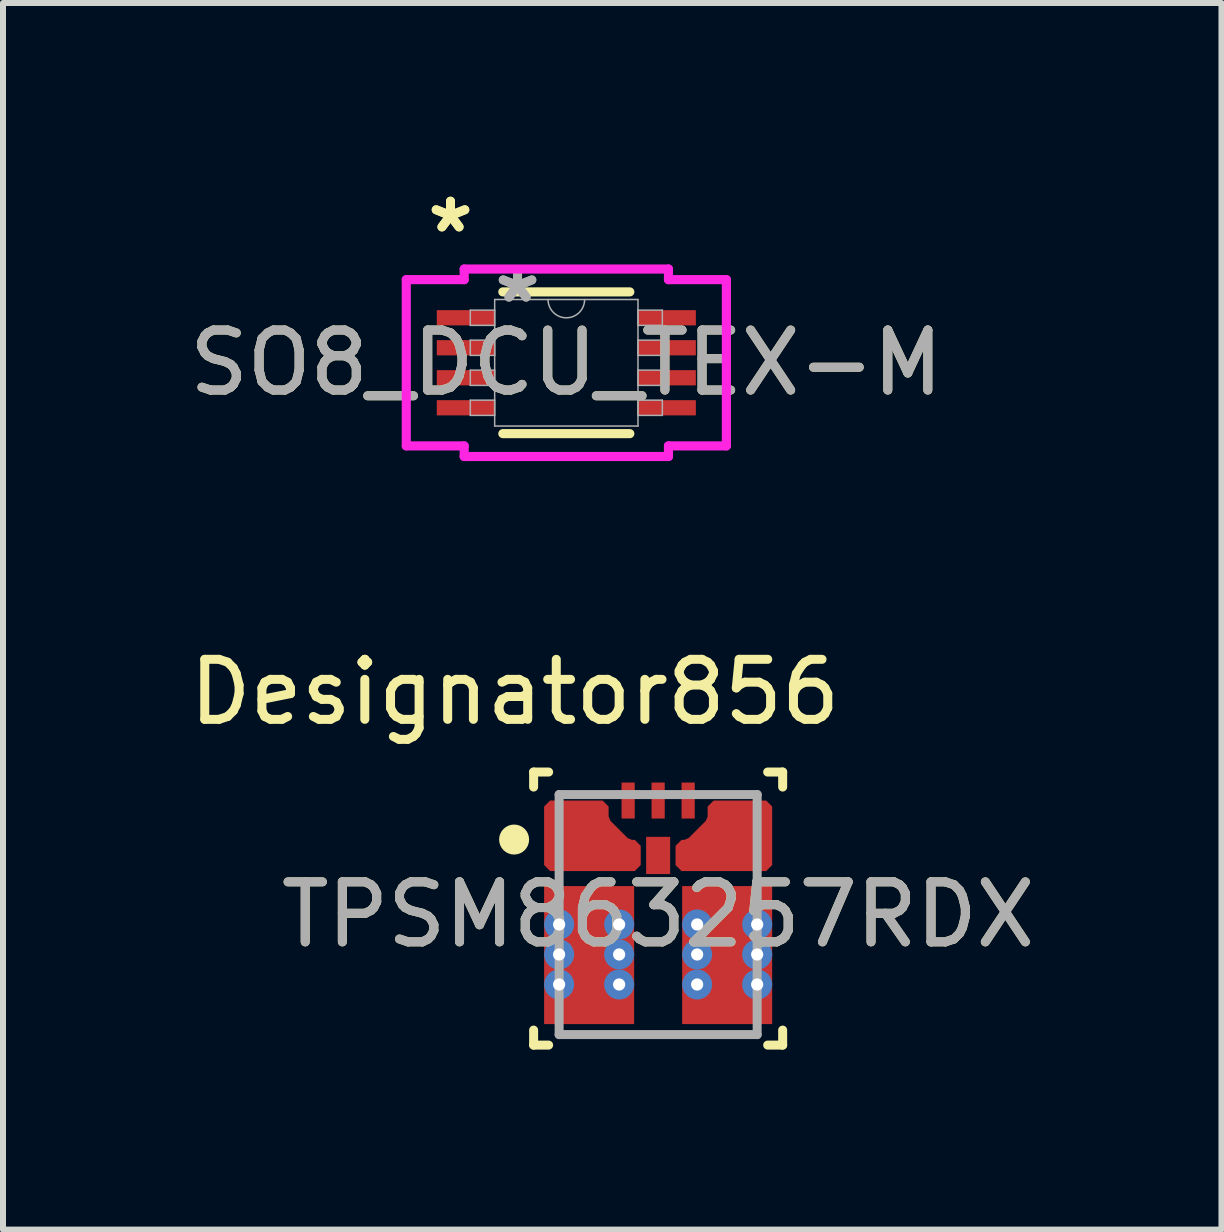
<source format=kicad_pcb>
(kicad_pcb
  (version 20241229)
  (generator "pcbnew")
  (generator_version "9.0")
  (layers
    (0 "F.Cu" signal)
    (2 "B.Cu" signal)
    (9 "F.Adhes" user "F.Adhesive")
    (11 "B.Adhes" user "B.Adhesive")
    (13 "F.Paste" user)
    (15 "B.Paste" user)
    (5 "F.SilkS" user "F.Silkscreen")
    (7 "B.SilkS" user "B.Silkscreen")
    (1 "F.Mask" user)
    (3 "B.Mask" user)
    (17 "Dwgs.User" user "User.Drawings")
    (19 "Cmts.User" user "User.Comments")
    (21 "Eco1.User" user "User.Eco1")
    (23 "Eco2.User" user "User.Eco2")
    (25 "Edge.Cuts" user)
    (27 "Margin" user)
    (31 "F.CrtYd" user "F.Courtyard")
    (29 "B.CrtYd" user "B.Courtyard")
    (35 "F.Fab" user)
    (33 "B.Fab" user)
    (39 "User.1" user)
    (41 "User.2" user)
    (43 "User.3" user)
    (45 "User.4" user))
  (footprint "SO8_DCU_TEX-M"
    (layer "F.Cu")
    (at 6.387 2.995)
    (property "Reference" "SO8_DCU_TEX-M" (at 0 0 0) (unlocked yes) (layer "F.SilkS") (effects (font (size 1 1) (thickness 0.15))))
    (attr smd)
    (fp_line (start -1.058 1.181) (end 1.058 1.181) (stroke (width 0.152) (type solid)) (layer "F.SilkS"))
    (fp_line (start 1.058 -1.181) (end -1.058 -1.181) (stroke (width 0.152) (type solid)) (layer "F.SilkS"))
    (fp_line (start -2.667 -1.385) (end -1.702 -1.385) (stroke (width 0.152) (type solid)) (layer "F.CrtYd"))
    (fp_line (start -2.667 1.385) (end -2.667 -1.385) (stroke (width 0.152) (type solid)) (layer "F.CrtYd"))
    (fp_line (start -2.667 1.385) (end -1.702 1.385) (stroke (width 0.152) (type solid)) (layer "F.CrtYd"))
    (fp_line (start -1.702 -1.562) (end 1.702 -1.562) (stroke (width 0.152) (type solid)) (layer "F.CrtYd"))
    (fp_line (start -1.702 -1.385) (end -1.702 -1.562) (stroke (width 0.152) (type solid)) (layer "F.CrtYd"))
    (fp_line (start -1.702 1.562) (end -1.702 1.385) (stroke (width 0.152) (type solid)) (layer "F.CrtYd"))
    (fp_line (start 1.702 -1.562) (end 1.702 -1.385) (stroke (width 0.152) (type solid)) (layer "F.CrtYd"))
    (fp_line (start 1.702 1.385) (end 1.702 1.562) (stroke (width 0.152) (type solid)) (layer "F.CrtYd"))
    (fp_line (start 1.702 1.562) (end -1.702 1.562) (stroke (width 0.152) (type solid)) (layer "F.CrtYd"))
    (fp_line (start 2.667 -1.385) (end 1.702 -1.385) (stroke (width 0.152) (type solid)) (layer "F.CrtYd"))
    (fp_line (start 2.667 -1.385) (end 2.667 1.385) (stroke (width 0.152) (type solid)) (layer "F.CrtYd"))
    (fp_line (start 2.667 1.385) (end 1.702 1.385) (stroke (width 0.152) (type solid)) (layer "F.CrtYd"))
    (fp_line (start -1.6 -0.877) (end -1.6 -0.623) (stroke (width 0.025) (type solid)) (layer "F.Fab"))
    (fp_line (start -1.6 -0.623) (end -1.194 -0.623) (stroke (width 0.025) (type solid)) (layer "F.Fab"))
    (fp_line (start -1.6 -0.377) (end -1.6 -0.123) (stroke (width 0.025) (type solid)) (layer "F.Fab"))
    (fp_line (start -1.6 -0.123) (end -1.194 -0.123) (stroke (width 0.025) (type solid)) (layer "F.Fab"))
    (fp_line (start -1.6 0.123) (end -1.6 0.377) (stroke (width 0.025) (type solid)) (layer "F.Fab"))
    (fp_line (start -1.6 0.377) (end -1.194 0.377) (stroke (width 0.025) (type solid)) (layer "F.Fab"))
    (fp_line (start -1.6 0.623) (end -1.6 0.877) (stroke (width 0.025) (type solid)) (layer "F.Fab"))
    (fp_line (start -1.6 0.877) (end -1.194 0.877) (stroke (width 0.025) (type solid)) (layer "F.Fab"))
    (fp_line (start -1.194 -1.054) (end -1.194 1.054) (stroke (width 0.025) (type solid)) (layer "F.Fab"))
    (fp_line (start -1.194 -0.877) (end -1.6 -0.877) (stroke (width 0.025) (type solid)) (layer "F.Fab"))
    (fp_line (start -1.194 -0.623) (end -1.194 -0.877) (stroke (width 0.025) (type solid)) (layer "F.Fab"))
    (fp_line (start -1.194 -0.377) (end -1.6 -0.377) (stroke (width 0.025) (type solid)) (layer "F.Fab"))
    (fp_line (start -1.194 -0.123) (end -1.194 -0.377) (stroke (width 0.025) (type solid)) (layer "F.Fab"))
    (fp_line (start -1.194 0.123) (end -1.6 0.123) (stroke (width 0.025) (type solid)) (layer "F.Fab"))
    (fp_line (start -1.194 0.377) (end -1.194 0.123) (stroke (width 0.025) (type solid)) (layer "F.Fab"))
    (fp_line (start -1.194 0.623) (end -1.6 0.623) (stroke (width 0.025) (type solid)) (layer "F.Fab"))
    (fp_line (start -1.194 0.877) (end -1.194 0.623) (stroke (width 0.025) (type solid)) (layer "F.Fab"))
    (fp_line (start -1.194 1.054) (end 1.194 1.054) (stroke (width 0.025) (type solid)) (layer "F.Fab"))
    (fp_line (start 1.194 -1.054) (end -1.194 -1.054) (stroke (width 0.025) (type solid)) (layer "F.Fab"))
    (fp_line (start 1.194 -0.877) (end 1.194 -0.623) (stroke (width 0.025) (type solid)) (layer "F.Fab"))
    (fp_line (start 1.194 -0.623) (end 1.6 -0.623) (stroke (width 0.025) (type solid)) (layer "F.Fab"))
    (fp_line (start 1.194 -0.377) (end 1.194 -0.123) (stroke (width 0.025) (type solid)) (layer "F.Fab"))
    (fp_line (start 1.194 -0.123) (end 1.6 -0.123) (stroke (width 0.025) (type solid)) (layer "F.Fab"))
    (fp_line (start 1.194 0.123) (end 1.194 0.377) (stroke (width 0.025) (type solid)) (layer "F.Fab"))
    (fp_line (start 1.194 0.377) (end 1.6 0.377) (stroke (width 0.025) (type solid)) (layer "F.Fab"))
    (fp_line (start 1.194 0.623) (end 1.194 0.877) (stroke (width 0.025) (type solid)) (layer "F.Fab"))
    (fp_line (start 1.194 0.877) (end 1.6 0.877) (stroke (width 0.025) (type solid)) (layer "F.Fab"))
    (fp_line (start 1.194 1.054) (end 1.194 -1.054) (stroke (width 0.025) (type solid)) (layer "F.Fab"))
    (fp_line (start 1.6 -0.877) (end 1.194 -0.877) (stroke (width 0.025) (type solid)) (layer "F.Fab"))
    (fp_line (start 1.6 -0.623) (end 1.6 -0.877) (stroke (width 0.025) (type solid)) (layer "F.Fab"))
    (fp_line (start 1.6 -0.377) (end 1.194 -0.377) (stroke (width 0.025) (type solid)) (layer "F.Fab"))
    (fp_line (start 1.6 -0.123) (end 1.6 -0.377) (stroke (width 0.025) (type solid)) (layer "F.Fab"))
    (fp_line (start 1.6 0.123) (end 1.194 0.123) (stroke (width 0.025) (type solid)) (layer "F.Fab"))
    (fp_line (start 1.6 0.377) (end 1.6 0.123) (stroke (width 0.025) (type solid)) (layer "F.Fab"))
    (fp_line (start 1.6 0.623) (end 1.194 0.623) (stroke (width 0.025) (type solid)) (layer "F.Fab"))
    (fp_line (start 1.6 0.877) (end 1.6 0.623) (stroke (width 0.025) (type solid)) (layer "F.Fab"))
    (fp_arc (start 0.3048 -1.0541) (mid 0 -0.7493) (end -0.3048 -1.0541) (stroke (width 0.0254) (type solid)) (layer "F.Fab"))
    (fp_text user "*" (at -1.93 -2.147 0) (unlocked yes) (layer "F.SilkS") (effects (font (size 1 1) (thickness 0.15))))
    (fp_text user "*" (at -1.93 -2.147 0) (layer "F.SilkS") (effects (font (size 1 1) (thickness 0.15))))
    (fp_text user "${REFERENCE}" (at 0 0 0) (unlocked yes) (layer "F.Fab") (effects (font (size 1 1) (thickness 0.15))))
    (fp_text user "*" (at -0.813 -0.978 0) (layer "F.Fab") (effects (font (size 1 1) (thickness 0.15))))
    (fp_text user "*" (at -0.813 -0.978 0) (unlocked yes) (layer "F.Fab") (effects (font (size 1 1) (thickness 0.15))))
    (pad "1" smd rect (at -1.676 -0.75) (size 0.965 0.254) (layers "F.Cu" "F.Mask" "F.Paste"))
    (pad "2" smd rect (at -1.676 -0.25) (size 0.965 0.254) (layers "F.Cu" "F.Mask" "F.Paste"))
    (pad "3" smd rect (at -1.676 0.25) (size 0.965 0.254) (layers "F.Cu" "F.Mask" "F.Paste"))
    (pad "4" smd rect (at -1.676 0.75) (size 0.965 0.254) (layers "F.Cu" "F.Mask" "F.Paste"))
    (pad "5" smd rect (at 1.676 0.75) (size 0.965 0.254) (layers "F.Cu" "F.Mask" "F.Paste"))
    (pad "6" smd rect (at 1.676 0.25) (size 0.965 0.254) (layers "F.Cu" "F.Mask" "F.Paste"))
    (pad "7" smd rect (at 1.676 -0.25) (size 0.965 0.254) (layers "F.Cu" "F.Mask" "F.Paste"))
    (pad "8" smd rect (at 1.676 -0.75) (size 0.965 0.254) (layers "F.Cu" "F.Mask" "F.Paste")))
  (footprint "TPSM863257RDX"
    (layer "F.Cu")
    (at 7.917 12.19)
    (property "Reference" "TPSM863257RDX" (at 0 0 0) (unlocked yes) (layer "F.SilkS") (effects (font (size 1 1) (thickness 0.15))))
    (attr through_hole)
    (fp_poly (pts (xy -0.2 -0.675) (xy 0.2 -0.675) (xy 0.2 -1.295) (xy -0.2 -1.295)) (stroke (width 0) (type solid)) (fill yes) (layer "F.Cu"))
    (fp_poly (pts (xy -1.9 -1.8) (xy -1.8 -1.9) (xy -0.925 -1.9) (xy -0.825 -1.8) (xy -0.825 -1.634) (xy -0.796 -1.563) (xy -0.507 -1.274) (xy -0.436 -1.245) (xy -0.39 -1.245) (xy -0.29 -1.145) (xy -0.29 -0.825) (xy -0.39 -0.725) (xy -1.8 -0.725) (xy -1.9 -0.825)) (stroke (width 0) (type solid)) (fill yes) (layer "F.Cu"))
    (fp_poly (pts (xy 1.9 -1.8) (xy 1.8 -1.9) (xy 0.925 -1.9) (xy 0.825 -1.8) (xy 0.825 -1.634) (xy 0.796 -1.563) (xy 0.507 -1.274) (xy 0.436 -1.245) (xy 0.39 -1.245) (xy 0.29 -1.145) (xy 0.29 -0.825) (xy 0.39 -0.725) (xy 1.8 -0.725) (xy 1.9 -0.825)) (stroke (width 0) (type solid)) (fill yes) (layer "F.Cu"))
    (fp_poly (pts (xy -0.44 -2.25) (xy -0.34 -2.15) (xy -0.34 -1.65) (xy -0.44 -1.55) (xy -0.56 -1.55) (xy -0.66 -1.65) (xy -0.66 -2.15) (xy -0.56 -2.25)) (stroke (width 0) (type solid)) (fill yes) (layer "F.Mask"))
    (fp_poly (pts (xy -0.16 -2.15) (xy -0.06 -2.25) (xy 0.06 -2.25) (xy 0.16 -2.15) (xy 0.16 -1.65) (xy 0.06 -1.55) (xy -0.06 -1.55) (xy -0.16 -1.65)) (stroke (width 0) (type solid)) (fill yes) (layer "F.Mask"))
    (fp_poly (pts (xy 0.56 -1.55) (xy 0.44 -1.55) (xy 0.34 -1.65) (xy 0.34 -2.15) (xy 0.44 -2.25) (xy 0.56 -2.25) (xy 0.66 -2.15) (xy 0.66 -1.65)) (stroke (width 0) (type solid)) (fill yes) (layer "F.Mask"))
    (fp_poly (pts (xy -0.925 -1.85) (xy -0.875 -1.8) (xy -0.875 -1.593) (xy -0.86 -1.557) (xy -0.513 -1.21) (xy -0.477 -1.195) (xy -0.39 -1.195) (xy -0.34 -1.145) (xy -0.34 -0.825) (xy -0.39 -0.775) (xy -1.4 -0.775) (xy -1.45 -0.825) (xy -1.5 -0.875) (xy -1.8 -0.875) (xy -1.85 -0.925) (xy -1.85 -1.075) (xy -1.8 -1.125) (xy -1.5 -1.125) (xy -1.45 -1.175) (xy -1.45 -1.325) (xy -1.5 -1.375) (xy -1.8 -1.375) (xy -1.85 -1.425) (xy -1.85 -1.575) (xy -1.8 -1.625) (xy -1.5 -1.625) (xy -1.45 -1.675) (xy -1.45 -1.8) (xy -1.4 -1.85)) (stroke (width 0) (type solid)) (fill yes) (layer "F.Mask"))
    (fp_poly (pts (xy 0.925 -1.85) (xy 0.875 -1.8) (xy 0.875 -1.593) (xy 0.86 -1.557) (xy 0.513 -1.21) (xy 0.477 -1.195) (xy 0.39 -1.195) (xy 0.34 -1.145) (xy 0.34 -0.825) (xy 0.39 -0.775) (xy 1.4 -0.775) (xy 1.45 -0.825) (xy 1.5 -0.875) (xy 1.8 -0.875) (xy 1.85 -0.925) (xy 1.85 -1.075) (xy 1.8 -1.125) (xy 1.5 -1.125) (xy 1.45 -1.175) (xy 1.45 -1.325) (xy 1.5 -1.375) (xy 1.8 -1.375) (xy 1.85 -1.425) (xy 1.85 -1.575) (xy 1.8 -1.625) (xy 1.5 -1.625) (xy 1.45 -1.675) (xy 1.45 -1.8) (xy 1.4 -1.85)) (stroke (width 0) (type solid)) (fill yes) (layer "F.Mask"))
    (fp_poly (pts (xy -0.5 -0.425) (xy -0.45 -0.375) (xy -0.45 1.725) (xy -0.5 1.775) (xy -1.4 1.775) (xy -1.45 1.725) (xy -1.45 1.59) (xy -1.5 1.54) (xy -1.8 1.54) (xy -1.85 1.49) (xy -1.85 1.34) (xy -1.8 1.29) (xy -1.5 1.29) (xy -1.45 1.24) (xy -1.45 1.09) (xy -1.5 1.04) (xy -1.8 1.04) (xy -1.85 0.99) (xy -1.85 0.84) (xy -1.8 0.79) (xy -1.5 0.79) (xy -1.45 0.74) (xy -1.45 0.59) (xy -1.5 0.54) (xy -1.8 0.54) (xy -1.85 0.49) (xy -1.85 0.34) (xy -1.8 0.29) (xy -1.5 0.29) (xy -1.45 0.24) (xy -1.45 0.09) (xy -1.5 0.04) (xy -1.8 0.04) (xy -1.85 -0.01) (xy -1.85 -0.16) (xy -1.8 -0.21) (xy -1.5 -0.21) (xy -1.45 -0.26) (xy -1.45 -0.375) (xy -1.4 -0.425)) (stroke (width 0) (type solid)) (fill yes) (layer "F.Mask"))
    (fp_poly (pts (xy 0.5 -0.425) (xy 0.45 -0.375) (xy 0.45 1.725) (xy 0.5 1.775) (xy 1.4 1.775) (xy 1.45 1.725) (xy 1.45 1.59) (xy 1.5 1.54) (xy 1.8 1.54) (xy 1.85 1.49) (xy 1.85 1.34) (xy 1.8 1.29) (xy 1.5 1.29) (xy 1.45 1.24) (xy 1.45 1.09) (xy 1.5 1.04) (xy 1.8 1.04) (xy 1.85 0.99) (xy 1.85 0.84) (xy 1.8 0.79) (xy 1.5 0.79) (xy 1.45 0.74) (xy 1.45 0.59) (xy 1.5 0.54) (xy 1.8 0.54) (xy 1.85 0.49) (xy 1.85 0.34) (xy 1.8 0.29) (xy 1.5 0.29) (xy 1.45 0.24) (xy 1.45 0.09) (xy 1.5 0.04) (xy 1.8 0.04) (xy 1.85 -0.01) (xy 1.85 -0.16) (xy 1.8 -0.21) (xy 1.5 -0.21) (xy 1.45 -0.26) (xy 1.45 -0.375) (xy 1.4 -0.425)) (stroke (width 0) (type solid)) (fill yes) (layer "F.Mask"))
    (fp_line (start -2.075 -2.375) (end -1.825 -2.375) (stroke (width 0.15) (type solid)) (layer "F.SilkS"))
    (fp_line (start -2.075 -2.125) (end -2.075 -2.375) (stroke (width 0.15) (type solid)) (layer "F.SilkS"))
    (fp_line (start -2.075 2.175) (end -2.075 1.925) (stroke (width 0.15) (type solid)) (layer "F.SilkS"))
    (fp_line (start -2.075 2.175) (end -1.825 2.175) (stroke (width 0.15) (type solid)) (layer "F.SilkS"))
    (fp_line (start 1.825 -2.375) (end 2.075 -2.375) (stroke (width 0.15) (type solid)) (layer "F.SilkS"))
    (fp_line (start 1.825 2.175) (end 2.075 2.175) (stroke (width 0.15) (type solid)) (layer "F.SilkS"))
    (fp_line (start 2.075 -2.125) (end 2.075 -2.375) (stroke (width 0.15) (type solid)) (layer "F.SilkS"))
    (fp_line (start 2.075 2.175) (end 2.075 1.925) (stroke (width 0.15) (type solid)) (layer "F.SilkS"))
    (fp_circle (center -2.4 -1.25) (end -2.275 -1.25) (stroke (width 0.25) (type solid)) (fill no) (layer "F.SilkS"))
    (fp_poly (pts (xy -1.85 -1.575) (xy -1.8 -1.625) (xy -1.45 -1.625) (xy -1.4 -1.575) (xy -1.4 -1.425) (xy -1.45 -1.375) (xy -1.8 -1.375) (xy -1.85 -1.425)) (stroke (width 0) (type solid)) (fill yes) (layer "F.Paste"))
    (fp_poly (pts (xy -1.8 -1.125) (xy -1.45 -1.125) (xy -1.4 -1.075) (xy -1.4 -0.925) (xy -1.45 -0.875) (xy -1.8 -0.875) (xy -1.85 -0.925) (xy -1.85 -1.075)) (stroke (width 0) (type solid)) (fill yes) (layer "F.Paste"))
    (fp_poly (pts (xy 1.85 -1.575) (xy 1.85 -1.425) (xy 1.8 -1.375) (xy 1.45 -1.375) (xy 1.4 -1.425) (xy 1.4 -1.575) (xy 1.45 -1.625) (xy 1.8 -1.625)) (stroke (width 0) (type solid)) (fill yes) (layer "F.Paste"))
    (fp_poly (pts (xy 1.85 -1.075) (xy 1.85 -0.925) (xy 1.8 -0.875) (xy 1.45 -0.875) (xy 1.4 -0.925) (xy 1.4 -1.075) (xy 1.45 -1.125) (xy 1.8 -1.125)) (stroke (width 0) (type solid)) (fill yes) (layer "F.Paste"))
    (fp_poly (pts (xy -0.95 -1.84) (xy -0.9 -1.79) (xy -0.9 -1.596) (xy -0.885 -1.56) (xy -0.525 -1.2) (xy -0.489 -1.185) (xy -0.4 -1.185) (xy -0.35 -1.135) (xy -0.35 -0.835) (xy -0.4 -0.785) (xy -1.15 -0.785) (xy -1.2 -0.835) (xy -1.2 -1.79) (xy -1.15 -1.84)) (stroke (width 0) (type solid)) (fill yes) (layer "F.Paste"))
    (fp_poly (pts (xy 0.95 -1.84) (xy 0.9 -1.79) (xy 0.9 -1.596) (xy 0.885 -1.56) (xy 0.525 -1.2) (xy 0.489 -1.185) (xy 0.4 -1.185) (xy 0.35 -1.135) (xy 0.35 -0.835) (xy 0.4 -0.785) (xy 1.15 -0.785) (xy 1.2 -0.835) (xy 1.2 -1.79) (xy 1.15 -1.84)) (stroke (width 0) (type solid)) (fill yes) (layer "F.Paste"))
    (fp_poly (pts (xy -0.46 1.655) (xy -0.51 1.705) (xy -1.35 1.705) (xy -1.4 1.655) (xy -1.4 1.59) (xy -1.45 1.54) (xy -1.8 1.54) (xy -1.85 1.49) (xy -1.85 1.34) (xy -1.8 1.29) (xy -1.3 1.29) (xy -1.25 1.24) (xy -1.25 1.09) (xy -1.3 1.04) (xy -1.8 1.04) (xy -1.85 0.99) (xy -1.85 0.84) (xy -1.8 0.79) (xy -1.3 0.79) (xy -1.25 0.74) (xy -1.25 0.59) (xy -1.3 0.54) (xy -1.8 0.54) (xy -1.85 0.49) (xy -1.85 0.34) (xy -1.8 0.29) (xy -1.3 0.29) (xy -1.25 0.24) (xy -1.25 0.09) (xy -1.3 0.04) (xy -1.8 0.04) (xy -1.85 -0.01) (xy -1.85 -0.16) (xy -1.8 -0.21) (xy -1.45 -0.21) (xy -1.4 -0.26) (xy -1.4 -0.325) (xy -1.35 -0.375) (xy -0.51 -0.375) (xy -0.46 -0.325) (xy -0.46 0.015) (xy -0.51 0.065) (xy -0.88 0.065) (xy -0.93 0.115) (xy -0.93 0.215) (xy -0.88 0.265) (xy -0.51 0.265) (xy -0.46 0.315) (xy -0.46 0.515) (xy -0.51 0.565) (xy -0.88 0.565) (xy -0.93 0.615) (xy -0.93 0.715) (xy -0.88 0.765) (xy -0.51 0.765) (xy -0.46 0.815) (xy -0.46 1.015) (xy -0.51 1.065) (xy -0.88 1.065) (xy -0.93 1.115) (xy -0.93 1.215) (xy -0.88 1.265) (xy -0.51 1.265) (xy -0.46 1.315)) (stroke (width 0) (type solid)) (fill yes) (layer "F.Paste"))
    (fp_poly (pts (xy 0.46 1.655) (xy 0.51 1.705) (xy 1.35 1.705) (xy 1.4 1.655) (xy 1.4 1.59) (xy 1.45 1.54) (xy 1.8 1.54) (xy 1.85 1.49) (xy 1.85 1.34) (xy 1.8 1.29) (xy 1.3 1.29) (xy 1.25 1.24) (xy 1.25 1.09) (xy 1.3 1.04) (xy 1.8 1.04) (xy 1.85 0.99) (xy 1.85 0.84) (xy 1.8 0.79) (xy 1.3 0.79) (xy 1.25 0.74) (xy 1.25 0.59) (xy 1.3 0.54) (xy 1.8 0.54) (xy 1.85 0.49) (xy 1.85 0.34) (xy 1.8 0.29) (xy 1.3 0.29) (xy 1.25 0.24) (xy 1.25 0.09) (xy 1.3 0.04) (xy 1.8 0.04) (xy 1.85 -0.01) (xy 1.85 -0.16) (xy 1.8 -0.21) (xy 1.45 -0.21) (xy 1.4 -0.26) (xy 1.4 -0.325) (xy 1.35 -0.375) (xy 0.51 -0.375) (xy 0.46 -0.325) (xy 0.46 0.015) (xy 0.51 0.065) (xy 0.88 0.065) (xy 0.93 0.115) (xy 0.93 0.215) (xy 0.88 0.265) (xy 0.51 0.265) (xy 0.46 0.315) (xy 0.46 0.515) (xy 0.51 0.565) (xy 0.88 0.565) (xy 0.93 0.615) (xy 0.93 0.715) (xy 0.88 0.765) (xy 0.51 0.765) (xy 0.46 0.815) (xy 0.46 1.015) (xy 0.51 1.065) (xy 0.88 1.065) (xy 0.93 1.115) (xy 0.93 1.215) (xy 0.88 1.265) (xy 0.51 1.265) (xy 0.46 1.315)) (stroke (width 0) (type solid)) (fill yes) (layer "F.Paste"))
    (fp_line (start -1.65 -2) (end 1.65 -2) (stroke (width 0.15) (type solid)) (layer "F.Fab"))
    (fp_line (start -1.65 2) (end -1.65 -2) (stroke (width 0.15) (type solid)) (layer "F.Fab"))
    (fp_line (start -1.65 2) (end 1.65 2) (stroke (width 0.15) (type solid)) (layer "F.Fab"))
    (fp_line (start 1.65 2) (end 1.65 -2) (stroke (width 0.15) (type solid)) (layer "F.Fab"))
    (fp_text user "Designator856" (at -2.388 -3.708 0) (unlocked yes) (layer "F.SilkS") (effects (font (size 1 1) (thickness 0.15))))
    (fp_text user "${REFERENCE}" (at 0 0 0) (unlocked yes) (layer "F.Fab") (effects (font (size 1 1) (thickness 0.15))))
    (pad "1" smd circle (at -1.312 -1.312) (size 1.025 1.025) (layers "F.Cu"))
    (pad "2" smd rect (at -1.15 0.675) (size 1.5 2.3) (layers "F.Cu"))
    (pad "3" smd rect (at 1.15 0.675) (size 1.5 2.3) (layers "F.Cu"))
    (pad "4" smd circle (at 1.281 -1.276) (size 0.991 0.991) (layers "F.Cu"))
    (pad "5" smd rect (at 0.5 -1.9) (size 0.22 0.6) (layers "F.Cu" "F.Paste"))
    (pad "6" smd rect (at 0 -1.9) (size 0.22 0.6) (layers "F.Cu" "F.Paste"))
    (pad "7" smd rect (at -0.5 -1.9) (size 0.22 0.6) (layers "F.Cu" "F.Paste"))
    (pad "8" thru_hole circle (at -1.65 0.165) (size 0.5 0.5) (drill 0.203) (layers "*.Cu" "*.Mask"))
    (pad "9" thru_hole circle (at -1.65 0.665) (size 0.5 0.5) (drill 0.203) (layers "*.Cu" "*.Mask"))
    (pad "10" thru_hole circle (at -1.65 1.165) (size 0.5 0.5) (drill 0.203) (layers "*.Cu" "*.Mask"))
    (pad "11" thru_hole circle (at 1.65 0.165) (size 0.5 0.5) (drill 0.203) (layers "*.Cu" "*.Mask"))
    (pad "12" thru_hole circle (at 1.65 0.665) (size 0.5 0.5) (drill 0.203) (layers "*.Cu" "*.Mask"))
    (pad "13" thru_hole circle (at 1.65 1.165) (size 0.5 0.5) (drill 0.203) (layers "*.Cu" "*.Mask"))
    (pad "14" thru_hole circle (at -0.65 0.165) (size 0.5 0.5) (drill 0.203) (layers "*.Cu" "*.Mask"))
    (pad "15" thru_hole circle (at -0.65 0.665) (size 0.5 0.5) (drill 0.203) (layers "*.Cu" "*.Mask"))
    (pad "16" thru_hole circle (at -0.65 1.165) (size 0.5 0.5) (drill 0.203) (layers "*.Cu" "*.Mask"))
    (pad "17" thru_hole circle (at 0.65 0.165) (size 0.5 0.5) (drill 0.203) (layers "*.Cu" "*.Mask"))
    (pad "18" thru_hole circle (at 0.65 0.665) (size 0.5 0.5) (drill 0.203) (layers "*.Cu" "*.Mask"))
    (pad "19" thru_hole circle (at 0.65 1.165) (size 0.5 0.5) (drill 0.203) (layers "*.Cu" "*.Mask")))
  (gr_rect
    (start -3 -3)
    (end 17.304 17.44)
    (stroke (width 0.1) (type default))
    (fill no)
    (layer "Edge.Cuts")))
</source>
